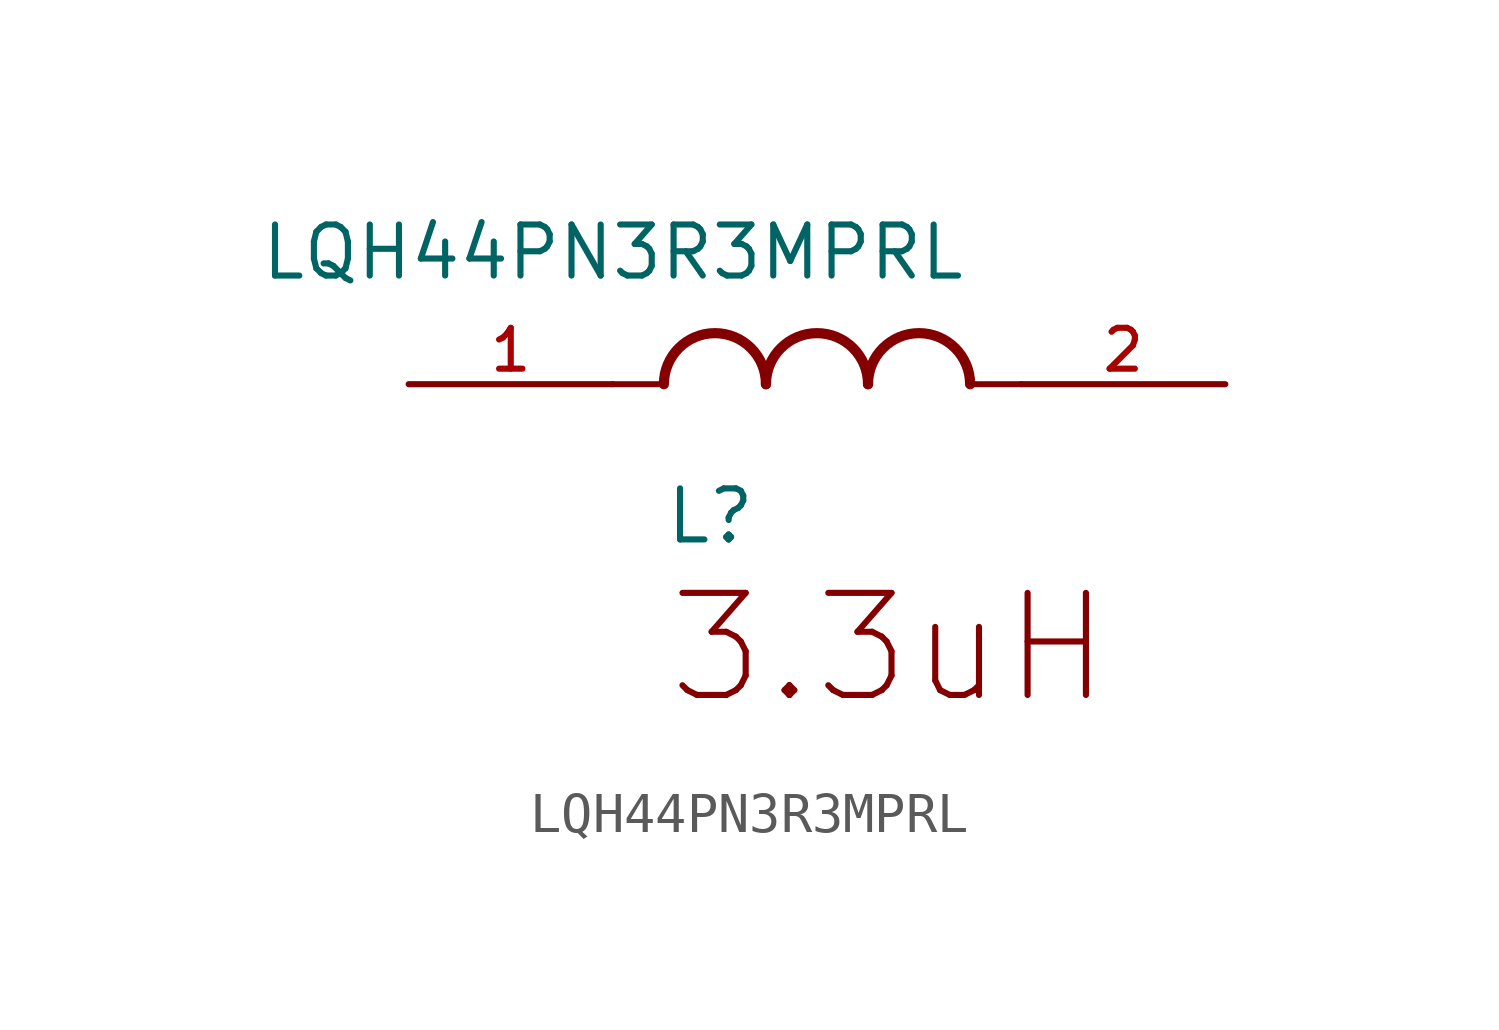
<source format=kicad_sym>
(kicad_symbol_lib
  (version 20211014)
  (generator kicad_symbol_editor)
  (symbol "LQH44PN3R3MPRL"
    (pin_names
      (offset 1.016))
    (property "Reference" "L"
      (at 1.27 -5.08 0)
      (effects (font (size 1.27 1.27)) (justify top left)))
    (property "Value" "LQH44PN3R3MPRL"
      (at 0 0.0 0)
      (effects (font (size 1.27 1.27)) (justify bottom)))
    (symbol "LQH44PN3R3MPRL_0_0"
      (arc (start 1.27 -2.54) (mid 2.54 -1.27) (end 3.81 -2.54) (stroke (width 0.254) (type default) (color 0 0 0 0)) (fill (type none)))
      (arc (start 3.81 -2.54) (mid 5.08 -1.27) (end 6.35 -2.54) (stroke (width 0.254) (type default) (color 0 0 0 0)) (fill (type none)))
      (arc (start 6.35 -2.54) (mid 7.62 -1.27) (end 8.89 -2.54) (stroke (width 0.254) (type default) (color 0 0 0 0)) (fill (type none)))
      (polyline (pts (xy 0.0 -2.54) (xy 1.27 -2.54)) (stroke (width 0.15)))
      (polyline (pts (xy 10.16 -2.54) (xy 8.89 -2.54)) (stroke (width 0.15)))
      (text "3.3uH" (at 1.27 -7.62 0) (effects (font (size 2.54 2.54)) (justify top left)))
      (pin passive line (at -5.08 -2.54 0) (length 5.08) (name "~" (effects (font (size 1.016 1.016)))) (number "1" (effects (font (size 1.016 1.016)))))
      (pin passive line (at 15.24 -2.54 180.0) (length 5.08) (name "~" (effects (font (size 1.016 1.016)))) (number "2" (effects (font (size 1.016 1.016))))))))
</source>
